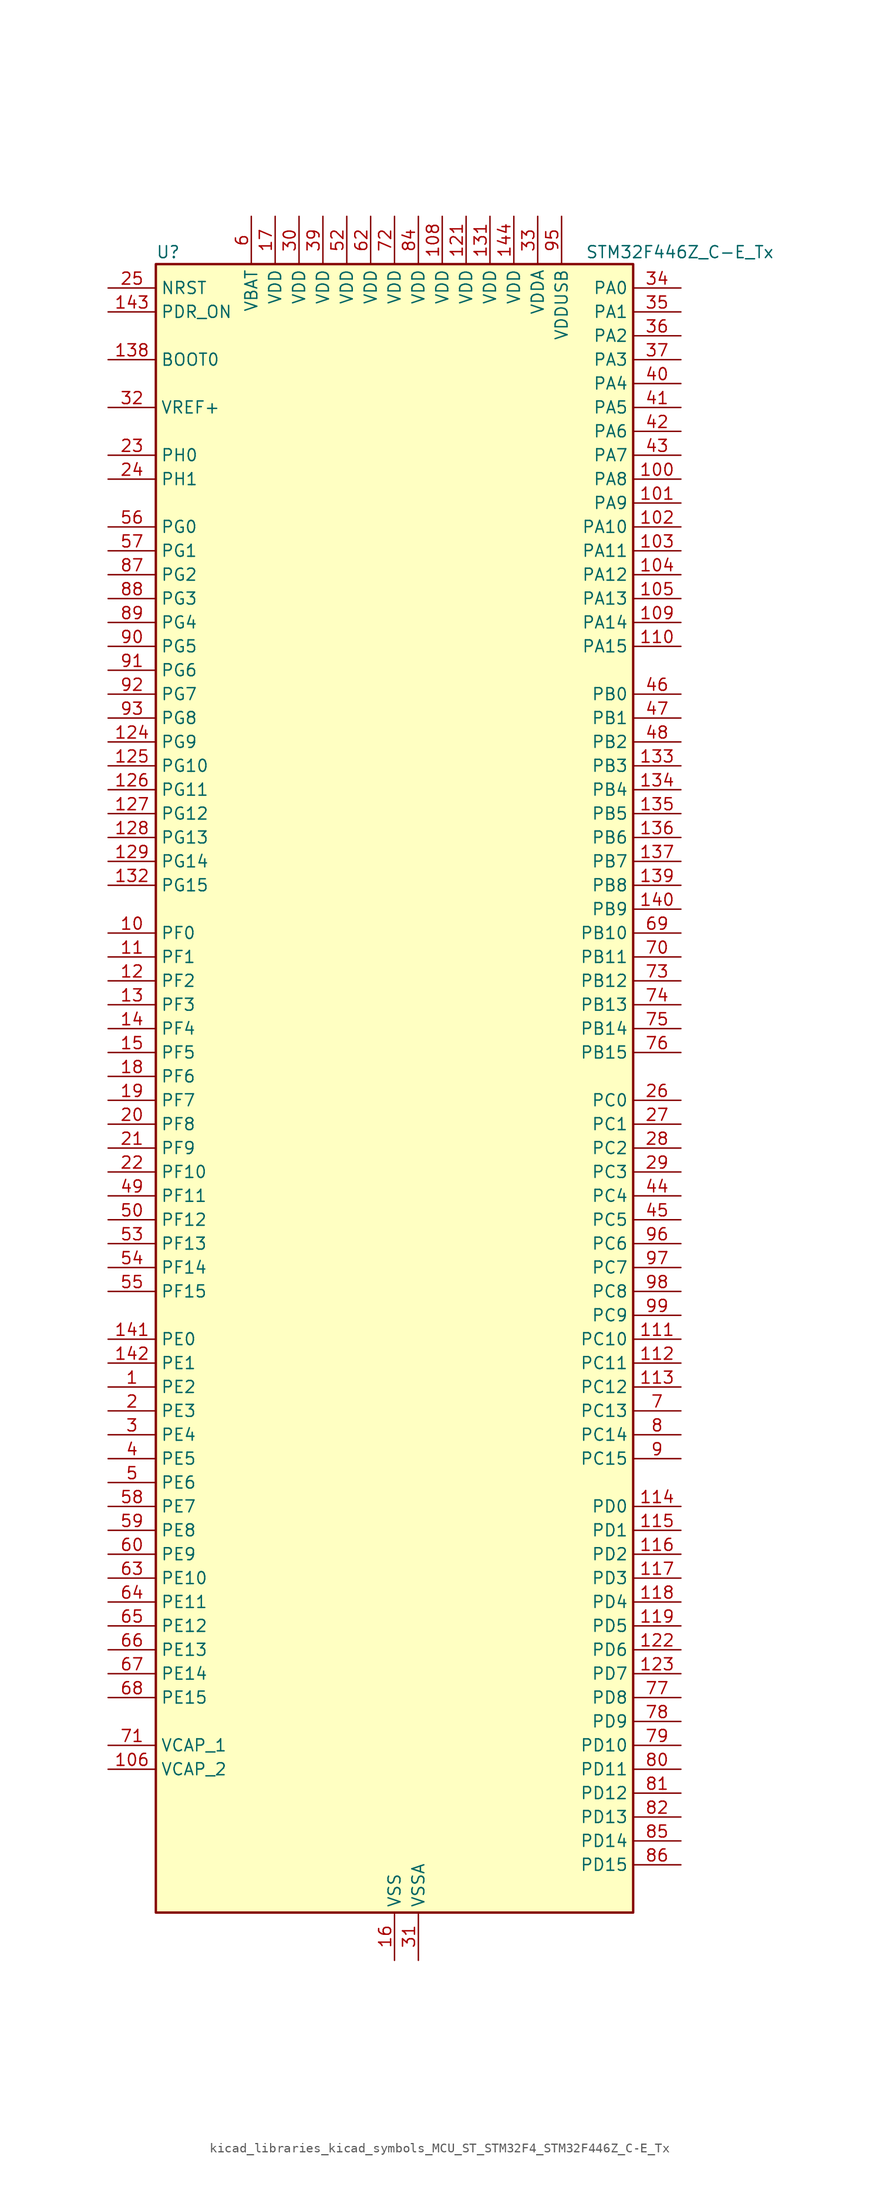
<source format=kicad_sym>
(kicad_symbol_lib
  (version 20220914)
  (generator kicad_symbol_editor)
  (symbol "kicad_libraries_kicad_symbols_MCU_ST_STM32F4_STM32F446Z_C-E_Tx"
    (property "Reference" "U"
      (at -25.4 90.17 0)
      (effects (font (size 1.27 1.27)) (justify left)))
    (property "Value" "STM32F446Z_C-E_Tx"
      (at 20.32 90.17 0)
      (effects (font (size 1.27 1.27)) (justify left)))
    (property "ki_locked" ""
      (at 0 0 0)
      (effects (font (size 1.27 1.27))))
    (symbol "kicad_libraries_kicad_symbols_MCU_ST_STM32F4_STM32F446Z_C-E_Tx_0_1"
      (rectangle (start -25.4 -86.36) (end 25.4 88.9) (stroke (width 0.254) (type default)) (fill (type background))))
    (symbol "kicad_libraries_kicad_symbols_MCU_ST_STM32F4_STM32F446Z_C-E_Tx_1_1"
      (pin bidirectional line (at -30.48 -30.48 0) (length 5.08) (name "PE2" (effects (font (size 1.27 1.27)))) (number "1" (effects (font (size 1.27 1.27)))) (alternate "FMC_A23" bidirectional line) (alternate "QUADSPI_BK1_IO2" bidirectional line) (alternate "SAI1_MCLK_A" bidirectional line) (alternate "SPI4_SCK" bidirectional line) (alternate "SYS_TRACECLK" bidirectional line))
      (pin bidirectional line (at -30.48 17.78 0) (length 5.08) (name "PF0" (effects (font (size 1.27 1.27)))) (number "10" (effects (font (size 1.27 1.27)))) (alternate "FMC_A0" bidirectional line) (alternate "I2C2_SDA" bidirectional line))
      (pin bidirectional line (at 30.48 66.04 180) (length 5.08) (name "PA8" (effects (font (size 1.27 1.27)))) (number "100" (effects (font (size 1.27 1.27)))) (alternate "I2C3_SCL" bidirectional line) (alternate "RCC_MCO_1" bidirectional line) (alternate "TIM1_CH1" bidirectional line) (alternate "USART1_CK" bidirectional line) (alternate "USB_OTG_FS_SOF" bidirectional line))
      (pin bidirectional line (at 30.48 63.5 180) (length 5.08) (name "PA9" (effects (font (size 1.27 1.27)))) (number "101" (effects (font (size 1.27 1.27)))) (alternate "DAC_EXTI9" bidirectional line) (alternate "DCMI_D0" bidirectional line) (alternate "I2C3_SMBA" bidirectional line) (alternate "I2S2_CK" bidirectional line) (alternate "SAI1_SD_B" bidirectional line) (alternate "SPI2_SCK" bidirectional line) (alternate "TIM1_CH2" bidirectional line) (alternate "USART1_TX" bidirectional line) (alternate "USB_OTG_FS_VBUS" bidirectional line))
      (pin bidirectional line (at 30.48 60.96 180) (length 5.08) (name "PA10" (effects (font (size 1.27 1.27)))) (number "102" (effects (font (size 1.27 1.27)))) (alternate "DCMI_D1" bidirectional line) (alternate "TIM1_CH3" bidirectional line) (alternate "USART1_RX" bidirectional line) (alternate "USB_OTG_FS_ID" bidirectional line))
      (pin bidirectional line (at 30.48 58.42 180) (length 5.08) (name "PA11" (effects (font (size 1.27 1.27)))) (number "103" (effects (font (size 1.27 1.27)))) (alternate "ADC1_EXTI11" bidirectional line) (alternate "ADC2_EXTI11" bidirectional line) (alternate "ADC3_EXTI11" bidirectional line) (alternate "CAN1_RX" bidirectional line) (alternate "TIM1_CH4" bidirectional line) (alternate "USART1_CTS" bidirectional line) (alternate "USB_OTG_FS_DM" bidirectional line))
      (pin bidirectional line (at 30.48 55.88 180) (length 5.08) (name "PA12" (effects (font (size 1.27 1.27)))) (number "104" (effects (font (size 1.27 1.27)))) (alternate "CAN1_TX" bidirectional line) (alternate "SAI2_FS_B" bidirectional line) (alternate "TIM1_ETR" bidirectional line) (alternate "USART1_RTS" bidirectional line) (alternate "USB_OTG_FS_DP" bidirectional line))
      (pin bidirectional line (at 30.48 53.34 180) (length 5.08) (name "PA13" (effects (font (size 1.27 1.27)))) (number "105" (effects (font (size 1.27 1.27)))) (alternate "SYS_JTMS-SWDIO" bidirectional line))
      (pin power_out line (at -30.48 -71.12 0) (length 5.08) (name "VCAP_2" (effects (font (size 1.27 1.27)))) (number "106" (effects (font (size 1.27 1.27)))))
      (pin passive line (at 0 -91.44 90) (length 5.08) hide (name "VSS" (effects (font (size 1.27 1.27)))) (number "107" (effects (font (size 1.27 1.27)))))
      (pin power_in line (at 5.08 93.98 270) (length 5.08) (name "VDD" (effects (font (size 1.27 1.27)))) (number "108" (effects (font (size 1.27 1.27)))))
      (pin bidirectional line (at 30.48 50.8 180) (length 5.08) (name "PA14" (effects (font (size 1.27 1.27)))) (number "109" (effects (font (size 1.27 1.27)))) (alternate "SYS_JTCK-SWCLK" bidirectional line))
      (pin bidirectional line (at -30.48 15.24 0) (length 5.08) (name "PF1" (effects (font (size 1.27 1.27)))) (number "11" (effects (font (size 1.27 1.27)))) (alternate "FMC_A1" bidirectional line) (alternate "I2C2_SCL" bidirectional line))
      (pin bidirectional line (at 30.48 48.26 180) (length 5.08) (name "PA15" (effects (font (size 1.27 1.27)))) (number "110" (effects (font (size 1.27 1.27)))) (alternate "ADC1_EXTI15" bidirectional line) (alternate "ADC2_EXTI15" bidirectional line) (alternate "ADC3_EXTI15" bidirectional line) (alternate "CEC" bidirectional line) (alternate "I2S1_WS" bidirectional line) (alternate "I2S3_WS" bidirectional line) (alternate "SPI1_NSS" bidirectional line) (alternate "SPI3_NSS" bidirectional line) (alternate "SYS_JTDI" bidirectional line) (alternate "TIM2_CH1" bidirectional line) (alternate "TIM2_ETR" bidirectional line) (alternate "UART4_RTS" bidirectional line))
      (pin bidirectional line (at 30.48 -25.4 180) (length 5.08) (name "PC10" (effects (font (size 1.27 1.27)))) (number "111" (effects (font (size 1.27 1.27)))) (alternate "DCMI_D8" bidirectional line) (alternate "I2S3_CK" bidirectional line) (alternate "QUADSPI_BK1_IO1" bidirectional line) (alternate "SDIO_D2" bidirectional line) (alternate "SPI3_SCK" bidirectional line) (alternate "UART4_TX" bidirectional line) (alternate "USART3_TX" bidirectional line))
      (pin bidirectional line (at 30.48 -27.94 180) (length 5.08) (name "PC11" (effects (font (size 1.27 1.27)))) (number "112" (effects (font (size 1.27 1.27)))) (alternate "ADC1_EXTI11" bidirectional line) (alternate "ADC2_EXTI11" bidirectional line) (alternate "ADC3_EXTI11" bidirectional line) (alternate "DCMI_D4" bidirectional line) (alternate "QUADSPI_BK2_NCS" bidirectional line) (alternate "SDIO_D3" bidirectional line) (alternate "SPI3_MISO" bidirectional line) (alternate "UART4_RX" bidirectional line) (alternate "USART3_RX" bidirectional line))
      (pin bidirectional line (at 30.48 -30.48 180) (length 5.08) (name "PC12" (effects (font (size 1.27 1.27)))) (number "113" (effects (font (size 1.27 1.27)))) (alternate "DCMI_D9" bidirectional line) (alternate "I2C2_SDA" bidirectional line) (alternate "I2S3_SD" bidirectional line) (alternate "SDIO_CK" bidirectional line) (alternate "SPI3_MOSI" bidirectional line) (alternate "UART5_TX" bidirectional line) (alternate "USART3_CK" bidirectional line))
      (pin bidirectional line (at 30.48 -43.18 180) (length 5.08) (name "PD0" (effects (font (size 1.27 1.27)))) (number "114" (effects (font (size 1.27 1.27)))) (alternate "CAN1_RX" bidirectional line) (alternate "FMC_D2" bidirectional line) (alternate "FMC_DA2" bidirectional line) (alternate "I2S3_SD" bidirectional line) (alternate "SPI3_MOSI" bidirectional line) (alternate "SPI4_MISO" bidirectional line))
      (pin bidirectional line (at 30.48 -45.72 180) (length 5.08) (name "PD1" (effects (font (size 1.27 1.27)))) (number "115" (effects (font (size 1.27 1.27)))) (alternate "CAN1_TX" bidirectional line) (alternate "FMC_D3" bidirectional line) (alternate "FMC_DA3" bidirectional line) (alternate "I2S2_WS" bidirectional line) (alternate "SPI2_NSS" bidirectional line))
      (pin bidirectional line (at 30.48 -48.26 180) (length 5.08) (name "PD2" (effects (font (size 1.27 1.27)))) (number "116" (effects (font (size 1.27 1.27)))) (alternate "DCMI_D11" bidirectional line) (alternate "SDIO_CMD" bidirectional line) (alternate "TIM3_ETR" bidirectional line) (alternate "UART5_RX" bidirectional line))
      (pin bidirectional line (at 30.48 -50.8 180) (length 5.08) (name "PD3" (effects (font (size 1.27 1.27)))) (number "117" (effects (font (size 1.27 1.27)))) (alternate "DCMI_D5" bidirectional line) (alternate "FMC_CLK" bidirectional line) (alternate "I2S2_CK" bidirectional line) (alternate "QUADSPI_CLK" bidirectional line) (alternate "SPI2_SCK" bidirectional line) (alternate "SYS_TRACED1" bidirectional line) (alternate "USART2_CTS" bidirectional line))
      (pin bidirectional line (at 30.48 -53.34 180) (length 5.08) (name "PD4" (effects (font (size 1.27 1.27)))) (number "118" (effects (font (size 1.27 1.27)))) (alternate "FMC_NOE" bidirectional line) (alternate "USART2_RTS" bidirectional line))
      (pin bidirectional line (at 30.48 -55.88 180) (length 5.08) (name "PD5" (effects (font (size 1.27 1.27)))) (number "119" (effects (font (size 1.27 1.27)))) (alternate "FMC_NWE" bidirectional line) (alternate "USART2_TX" bidirectional line))
      (pin bidirectional line (at -30.48 12.7 0) (length 5.08) (name "PF2" (effects (font (size 1.27 1.27)))) (number "12" (effects (font (size 1.27 1.27)))) (alternate "FMC_A2" bidirectional line) (alternate "I2C2_SMBA" bidirectional line))
      (pin passive line (at 0 -91.44 90) (length 5.08) hide (name "VSS" (effects (font (size 1.27 1.27)))) (number "120" (effects (font (size 1.27 1.27)))))
      (pin power_in line (at 7.62 93.98 270) (length 5.08) (name "VDD" (effects (font (size 1.27 1.27)))) (number "121" (effects (font (size 1.27 1.27)))))
      (pin bidirectional line (at 30.48 -58.42 180) (length 5.08) (name "PD6" (effects (font (size 1.27 1.27)))) (number "122" (effects (font (size 1.27 1.27)))) (alternate "DCMI_D10" bidirectional line) (alternate "FMC_NWAIT" bidirectional line) (alternate "I2S3_SD" bidirectional line) (alternate "SAI1_SD_A" bidirectional line) (alternate "SPI3_MOSI" bidirectional line) (alternate "USART2_RX" bidirectional line))
      (pin bidirectional line (at 30.48 -60.96 180) (length 5.08) (name "PD7" (effects (font (size 1.27 1.27)))) (number "123" (effects (font (size 1.27 1.27)))) (alternate "FMC_NE1" bidirectional line) (alternate "SPDIFRX_IN0" bidirectional line) (alternate "USART2_CK" bidirectional line))
      (pin bidirectional line (at -30.48 38.1 0) (length 5.08) (name "PG9" (effects (font (size 1.27 1.27)))) (number "124" (effects (font (size 1.27 1.27)))) (alternate "DAC_EXTI9" bidirectional line) (alternate "DCMI_VSYNC" bidirectional line) (alternate "FMC_NCE3" bidirectional line) (alternate "FMC_NE2" bidirectional line) (alternate "QUADSPI_BK2_IO2" bidirectional line) (alternate "SAI2_FS_B" bidirectional line) (alternate "SPDIFRX_IN3" bidirectional line) (alternate "USART6_RX" bidirectional line))
      (pin bidirectional line (at -30.48 35.56 0) (length 5.08) (name "PG10" (effects (font (size 1.27 1.27)))) (number "125" (effects (font (size 1.27 1.27)))) (alternate "DCMI_D2" bidirectional line) (alternate "FMC_NE3" bidirectional line) (alternate "SAI2_SD_B" bidirectional line))
      (pin bidirectional line (at -30.48 33.02 0) (length 5.08) (name "PG11" (effects (font (size 1.27 1.27)))) (number "126" (effects (font (size 1.27 1.27)))) (alternate "ADC1_EXTI11" bidirectional line) (alternate "ADC2_EXTI11" bidirectional line) (alternate "ADC3_EXTI11" bidirectional line) (alternate "DCMI_D3" bidirectional line) (alternate "SPDIFRX_IN0" bidirectional line) (alternate "SPI4_SCK" bidirectional line))
      (pin bidirectional line (at -30.48 30.48 0) (length 5.08) (name "PG12" (effects (font (size 1.27 1.27)))) (number "127" (effects (font (size 1.27 1.27)))) (alternate "FMC_NE4" bidirectional line) (alternate "SPDIFRX_IN1" bidirectional line) (alternate "SPI4_MISO" bidirectional line) (alternate "USART6_RTS" bidirectional line))
      (pin bidirectional line (at -30.48 27.94 0) (length 5.08) (name "PG13" (effects (font (size 1.27 1.27)))) (number "128" (effects (font (size 1.27 1.27)))) (alternate "FMC_A24" bidirectional line) (alternate "SPI4_MOSI" bidirectional line) (alternate "SYS_TRACED2" bidirectional line) (alternate "USART6_CTS" bidirectional line))
      (pin bidirectional line (at -30.48 25.4 0) (length 5.08) (name "PG14" (effects (font (size 1.27 1.27)))) (number "129" (effects (font (size 1.27 1.27)))) (alternate "FMC_A25" bidirectional line) (alternate "QUADSPI_BK2_IO3" bidirectional line) (alternate "SPI4_NSS" bidirectional line) (alternate "SYS_TRACED3" bidirectional line) (alternate "USART6_TX" bidirectional line))
      (pin bidirectional line (at -30.48 10.16 0) (length 5.08) (name "PF3" (effects (font (size 1.27 1.27)))) (number "13" (effects (font (size 1.27 1.27)))) (alternate "ADC3_IN9" bidirectional line) (alternate "FMC_A3" bidirectional line))
      (pin passive line (at 0 -91.44 90) (length 5.08) hide (name "VSS" (effects (font (size 1.27 1.27)))) (number "130" (effects (font (size 1.27 1.27)))))
      (pin power_in line (at 10.16 93.98 270) (length 5.08) (name "VDD" (effects (font (size 1.27 1.27)))) (number "131" (effects (font (size 1.27 1.27)))))
      (pin bidirectional line (at -30.48 22.86 0) (length 5.08) (name "PG15" (effects (font (size 1.27 1.27)))) (number "132" (effects (font (size 1.27 1.27)))) (alternate "ADC1_EXTI15" bidirectional line) (alternate "ADC2_EXTI15" bidirectional line) (alternate "ADC3_EXTI15" bidirectional line) (alternate "DCMI_D13" bidirectional line) (alternate "FMC_SDNCAS" bidirectional line) (alternate "USART6_CTS" bidirectional line))
      (pin bidirectional line (at 30.48 35.56 180) (length 5.08) (name "PB3" (effects (font (size 1.27 1.27)))) (number "133" (effects (font (size 1.27 1.27)))) (alternate "I2C2_SDA" bidirectional line) (alternate "I2S1_CK" bidirectional line) (alternate "I2S3_CK" bidirectional line) (alternate "SPI1_SCK" bidirectional line) (alternate "SPI3_SCK" bidirectional line) (alternate "SYS_JTDO-SWO" bidirectional line) (alternate "TIM2_CH2" bidirectional line))
      (pin bidirectional line (at 30.48 33.02 180) (length 5.08) (name "PB4" (effects (font (size 1.27 1.27)))) (number "134" (effects (font (size 1.27 1.27)))) (alternate "I2C3_SDA" bidirectional line) (alternate "I2S2_WS" bidirectional line) (alternate "SPI1_MISO" bidirectional line) (alternate "SPI2_NSS" bidirectional line) (alternate "SPI3_MISO" bidirectional line) (alternate "SYS_JTRST" bidirectional line) (alternate "TIM3_CH1" bidirectional line))
      (pin bidirectional line (at 30.48 30.48 180) (length 5.08) (name "PB5" (effects (font (size 1.27 1.27)))) (number "135" (effects (font (size 1.27 1.27)))) (alternate "CAN2_RX" bidirectional line) (alternate "DCMI_D10" bidirectional line) (alternate "FMC_SDCKE1" bidirectional line) (alternate "I2C1_SMBA" bidirectional line) (alternate "I2S1_SD" bidirectional line) (alternate "I2S3_SD" bidirectional line) (alternate "SPI1_MOSI" bidirectional line) (alternate "SPI3_MOSI" bidirectional line) (alternate "TIM3_CH2" bidirectional line) (alternate "USB_OTG_HS_ULPI_D7" bidirectional line))
      (pin bidirectional line (at 30.48 27.94 180) (length 5.08) (name "PB6" (effects (font (size 1.27 1.27)))) (number "136" (effects (font (size 1.27 1.27)))) (alternate "CAN2_TX" bidirectional line) (alternate "CEC" bidirectional line) (alternate "DCMI_D5" bidirectional line) (alternate "FMC_SDNE1" bidirectional line) (alternate "I2C1_SCL" bidirectional line) (alternate "QUADSPI_BK1_NCS" bidirectional line) (alternate "TIM4_CH1" bidirectional line) (alternate "USART1_TX" bidirectional line))
      (pin bidirectional line (at 30.48 25.4 180) (length 5.08) (name "PB7" (effects (font (size 1.27 1.27)))) (number "137" (effects (font (size 1.27 1.27)))) (alternate "DCMI_VSYNC" bidirectional line) (alternate "FMC_NL" bidirectional line) (alternate "I2C1_SDA" bidirectional line) (alternate "SPDIFRX_IN0" bidirectional line) (alternate "TIM4_CH2" bidirectional line) (alternate "USART1_RX" bidirectional line))
      (pin input line (at -30.48 78.74 0) (length 5.08) (name "BOOT0" (effects (font (size 1.27 1.27)))) (number "138" (effects (font (size 1.27 1.27)))))
      (pin bidirectional line (at 30.48 22.86 180) (length 5.08) (name "PB8" (effects (font (size 1.27 1.27)))) (number "139" (effects (font (size 1.27 1.27)))) (alternate "CAN1_RX" bidirectional line) (alternate "DCMI_D6" bidirectional line) (alternate "I2C1_SCL" bidirectional line) (alternate "SDIO_D4" bidirectional line) (alternate "TIM10_CH1" bidirectional line) (alternate "TIM2_CH1" bidirectional line) (alternate "TIM2_ETR" bidirectional line) (alternate "TIM4_CH3" bidirectional line))
      (pin bidirectional line (at -30.48 7.62 0) (length 5.08) (name "PF4" (effects (font (size 1.27 1.27)))) (number "14" (effects (font (size 1.27 1.27)))) (alternate "ADC3_IN14" bidirectional line) (alternate "FMC_A4" bidirectional line))
      (pin bidirectional line (at 30.48 20.32 180) (length 5.08) (name "PB9" (effects (font (size 1.27 1.27)))) (number "140" (effects (font (size 1.27 1.27)))) (alternate "CAN1_TX" bidirectional line) (alternate "DAC_EXTI9" bidirectional line) (alternate "DCMI_D7" bidirectional line) (alternate "I2C1_SDA" bidirectional line) (alternate "I2S2_WS" bidirectional line) (alternate "SAI1_FS_B" bidirectional line) (alternate "SDIO_D5" bidirectional line) (alternate "SPI2_NSS" bidirectional line) (alternate "TIM11_CH1" bidirectional line) (alternate "TIM2_CH2" bidirectional line) (alternate "TIM4_CH4" bidirectional line))
      (pin bidirectional line (at -30.48 -25.4 0) (length 5.08) (name "PE0" (effects (font (size 1.27 1.27)))) (number "141" (effects (font (size 1.27 1.27)))) (alternate "DCMI_D2" bidirectional line) (alternate "FMC_NBL0" bidirectional line) (alternate "SAI2_MCLK_A" bidirectional line) (alternate "TIM4_ETR" bidirectional line))
      (pin bidirectional line (at -30.48 -27.94 0) (length 5.08) (name "PE1" (effects (font (size 1.27 1.27)))) (number "142" (effects (font (size 1.27 1.27)))) (alternate "DCMI_D3" bidirectional line) (alternate "FMC_NBL1" bidirectional line))
      (pin input line (at -30.48 83.82 0) (length 5.08) (name "PDR_ON" (effects (font (size 1.27 1.27)))) (number "143" (effects (font (size 1.27 1.27)))))
      (pin power_in line (at 12.7 93.98 270) (length 5.08) (name "VDD" (effects (font (size 1.27 1.27)))) (number "144" (effects (font (size 1.27 1.27)))))
      (pin bidirectional line (at -30.48 5.08 0) (length 5.08) (name "PF5" (effects (font (size 1.27 1.27)))) (number "15" (effects (font (size 1.27 1.27)))) (alternate "ADC3_IN15" bidirectional line) (alternate "FMC_A5" bidirectional line))
      (pin power_in line (at 0 -91.44 90) (length 5.08) (name "VSS" (effects (font (size 1.27 1.27)))) (number "16" (effects (font (size 1.27 1.27)))))
      (pin power_in line (at -12.7 93.98 270) (length 5.08) (name "VDD" (effects (font (size 1.27 1.27)))) (number "17" (effects (font (size 1.27 1.27)))))
      (pin bidirectional line (at -30.48 2.54 0) (length 5.08) (name "PF6" (effects (font (size 1.27 1.27)))) (number "18" (effects (font (size 1.27 1.27)))) (alternate "ADC3_IN4" bidirectional line) (alternate "QUADSPI_BK1_IO3" bidirectional line) (alternate "SAI1_SD_B" bidirectional line) (alternate "TIM10_CH1" bidirectional line))
      (pin bidirectional line (at -30.48 0 0) (length 5.08) (name "PF7" (effects (font (size 1.27 1.27)))) (number "19" (effects (font (size 1.27 1.27)))) (alternate "ADC3_IN5" bidirectional line) (alternate "QUADSPI_BK1_IO2" bidirectional line) (alternate "SAI1_MCLK_B" bidirectional line) (alternate "TIM11_CH1" bidirectional line))
      (pin bidirectional line (at -30.48 -33.02 0) (length 5.08) (name "PE3" (effects (font (size 1.27 1.27)))) (number "2" (effects (font (size 1.27 1.27)))) (alternate "FMC_A19" bidirectional line) (alternate "SAI1_SD_B" bidirectional line) (alternate "SYS_TRACED0" bidirectional line))
      (pin bidirectional line (at -30.48 -2.54 0) (length 5.08) (name "PF8" (effects (font (size 1.27 1.27)))) (number "20" (effects (font (size 1.27 1.27)))) (alternate "ADC3_IN6" bidirectional line) (alternate "QUADSPI_BK1_IO0" bidirectional line) (alternate "SAI1_SCK_B" bidirectional line) (alternate "TIM13_CH1" bidirectional line))
      (pin bidirectional line (at -30.48 -5.08 0) (length 5.08) (name "PF9" (effects (font (size 1.27 1.27)))) (number "21" (effects (font (size 1.27 1.27)))) (alternate "ADC3_IN7" bidirectional line) (alternate "DAC_EXTI9" bidirectional line) (alternate "QUADSPI_BK1_IO1" bidirectional line) (alternate "SAI1_FS_B" bidirectional line) (alternate "TIM14_CH1" bidirectional line))
      (pin bidirectional line (at -30.48 -7.62 0) (length 5.08) (name "PF10" (effects (font (size 1.27 1.27)))) (number "22" (effects (font (size 1.27 1.27)))) (alternate "ADC3_IN8" bidirectional line) (alternate "DCMI_D11" bidirectional line))
      (pin bidirectional line (at -30.48 68.58 0) (length 5.08) (name "PH0" (effects (font (size 1.27 1.27)))) (number "23" (effects (font (size 1.27 1.27)))) (alternate "RCC_OSC_IN" bidirectional line))
      (pin bidirectional line (at -30.48 66.04 0) (length 5.08) (name "PH1" (effects (font (size 1.27 1.27)))) (number "24" (effects (font (size 1.27 1.27)))) (alternate "RCC_OSC_OUT" bidirectional line))
      (pin input line (at -30.48 86.36 0) (length 5.08) (name "NRST" (effects (font (size 1.27 1.27)))) (number "25" (effects (font (size 1.27 1.27)))))
      (pin bidirectional line (at 30.48 0 180) (length 5.08) (name "PC0" (effects (font (size 1.27 1.27)))) (number "26" (effects (font (size 1.27 1.27)))) (alternate "ADC1_IN10" bidirectional line) (alternate "ADC2_IN10" bidirectional line) (alternate "ADC3_IN10" bidirectional line) (alternate "FMC_SDNWE" bidirectional line) (alternate "SAI1_MCLK_B" bidirectional line) (alternate "USB_OTG_HS_ULPI_STP" bidirectional line))
      (pin bidirectional line (at 30.48 -2.54 180) (length 5.08) (name "PC1" (effects (font (size 1.27 1.27)))) (number "27" (effects (font (size 1.27 1.27)))) (alternate "ADC1_IN11" bidirectional line) (alternate "ADC2_IN11" bidirectional line) (alternate "ADC3_IN11" bidirectional line) (alternate "I2S2_SD" bidirectional line) (alternate "I2S3_SD" bidirectional line) (alternate "SAI1_SD_A" bidirectional line) (alternate "SPI2_MOSI" bidirectional line) (alternate "SPI3_MOSI" bidirectional line))
      (pin bidirectional line (at 30.48 -5.08 180) (length 5.08) (name "PC2" (effects (font (size 1.27 1.27)))) (number "28" (effects (font (size 1.27 1.27)))) (alternate "ADC1_IN12" bidirectional line) (alternate "ADC2_IN12" bidirectional line) (alternate "ADC3_IN12" bidirectional line) (alternate "FMC_SDNE0" bidirectional line) (alternate "SPI2_MISO" bidirectional line) (alternate "USB_OTG_HS_ULPI_DIR" bidirectional line))
      (pin bidirectional line (at 30.48 -7.62 180) (length 5.08) (name "PC3" (effects (font (size 1.27 1.27)))) (number "29" (effects (font (size 1.27 1.27)))) (alternate "ADC1_IN13" bidirectional line) (alternate "ADC2_IN13" bidirectional line) (alternate "ADC3_IN13" bidirectional line) (alternate "FMC_SDCKE0" bidirectional line) (alternate "I2S2_SD" bidirectional line) (alternate "SPI2_MOSI" bidirectional line) (alternate "USB_OTG_HS_ULPI_NXT" bidirectional line))
      (pin bidirectional line (at -30.48 -35.56 0) (length 5.08) (name "PE4" (effects (font (size 1.27 1.27)))) (number "3" (effects (font (size 1.27 1.27)))) (alternate "DCMI_D4" bidirectional line) (alternate "FMC_A20" bidirectional line) (alternate "SAI1_FS_A" bidirectional line) (alternate "SPI4_NSS" bidirectional line) (alternate "SYS_TRACED1" bidirectional line))
      (pin power_in line (at -10.16 93.98 270) (length 5.08) (name "VDD" (effects (font (size 1.27 1.27)))) (number "30" (effects (font (size 1.27 1.27)))))
      (pin power_in line (at 2.54 -91.44 90) (length 5.08) (name "VSSA" (effects (font (size 1.27 1.27)))) (number "31" (effects (font (size 1.27 1.27)))))
      (pin input line (at -30.48 73.66 0) (length 5.08) (name "VREF+" (effects (font (size 1.27 1.27)))) (number "32" (effects (font (size 1.27 1.27)))))
      (pin power_in line (at 15.24 93.98 270) (length 5.08) (name "VDDA" (effects (font (size 1.27 1.27)))) (number "33" (effects (font (size 1.27 1.27)))))
      (pin bidirectional line (at 30.48 86.36 180) (length 5.08) (name "PA0" (effects (font (size 1.27 1.27)))) (number "34" (effects (font (size 1.27 1.27)))) (alternate "ADC1_IN0" bidirectional line) (alternate "ADC2_IN0" bidirectional line) (alternate "ADC3_IN0" bidirectional line) (alternate "RTC_AF2" bidirectional line) (alternate "SYS_WKUP0" bidirectional line) (alternate "TIM2_CH1" bidirectional line) (alternate "TIM2_ETR" bidirectional line) (alternate "TIM5_CH1" bidirectional line) (alternate "TIM8_ETR" bidirectional line) (alternate "UART4_TX" bidirectional line) (alternate "USART2_CTS" bidirectional line))
      (pin bidirectional line (at 30.48 83.82 180) (length 5.08) (name "PA1" (effects (font (size 1.27 1.27)))) (number "35" (effects (font (size 1.27 1.27)))) (alternate "ADC1_IN1" bidirectional line) (alternate "ADC2_IN1" bidirectional line) (alternate "ADC3_IN1" bidirectional line) (alternate "QUADSPI_BK1_IO3" bidirectional line) (alternate "SAI2_MCLK_B" bidirectional line) (alternate "TIM2_CH2" bidirectional line) (alternate "TIM5_CH2" bidirectional line) (alternate "UART4_RX" bidirectional line) (alternate "USART2_RTS" bidirectional line))
      (pin bidirectional line (at 30.48 81.28 180) (length 5.08) (name "PA2" (effects (font (size 1.27 1.27)))) (number "36" (effects (font (size 1.27 1.27)))) (alternate "ADC1_IN2" bidirectional line) (alternate "ADC2_IN2" bidirectional line) (alternate "ADC3_IN2" bidirectional line) (alternate "SAI2_SCK_B" bidirectional line) (alternate "TIM2_CH3" bidirectional line) (alternate "TIM5_CH3" bidirectional line) (alternate "TIM9_CH1" bidirectional line) (alternate "USART2_TX" bidirectional line))
      (pin bidirectional line (at 30.48 78.74 180) (length 5.08) (name "PA3" (effects (font (size 1.27 1.27)))) (number "37" (effects (font (size 1.27 1.27)))) (alternate "ADC1_IN3" bidirectional line) (alternate "ADC2_IN3" bidirectional line) (alternate "ADC3_IN3" bidirectional line) (alternate "SAI1_FS_A" bidirectional line) (alternate "TIM2_CH4" bidirectional line) (alternate "TIM5_CH4" bidirectional line) (alternate "TIM9_CH2" bidirectional line) (alternate "USART2_RX" bidirectional line) (alternate "USB_OTG_HS_ULPI_D0" bidirectional line))
      (pin passive line (at 0 -91.44 90) (length 5.08) hide (name "VSS" (effects (font (size 1.27 1.27)))) (number "38" (effects (font (size 1.27 1.27)))))
      (pin power_in line (at -7.62 93.98 270) (length 5.08) (name "VDD" (effects (font (size 1.27 1.27)))) (number "39" (effects (font (size 1.27 1.27)))))
      (pin bidirectional line (at -30.48 -38.1 0) (length 5.08) (name "PE5" (effects (font (size 1.27 1.27)))) (number "4" (effects (font (size 1.27 1.27)))) (alternate "DCMI_D6" bidirectional line) (alternate "FMC_A21" bidirectional line) (alternate "SAI1_SCK_A" bidirectional line) (alternate "SPI4_MISO" bidirectional line) (alternate "SYS_TRACED2" bidirectional line) (alternate "TIM9_CH1" bidirectional line))
      (pin bidirectional line (at 30.48 76.2 180) (length 5.08) (name "PA4" (effects (font (size 1.27 1.27)))) (number "40" (effects (font (size 1.27 1.27)))) (alternate "ADC1_IN4" bidirectional line) (alternate "ADC2_IN4" bidirectional line) (alternate "DAC_OUT1" bidirectional line) (alternate "DCMI_HSYNC" bidirectional line) (alternate "I2S1_WS" bidirectional line) (alternate "I2S3_WS" bidirectional line) (alternate "SPI1_NSS" bidirectional line) (alternate "SPI3_NSS" bidirectional line) (alternate "USART2_CK" bidirectional line) (alternate "USB_OTG_HS_SOF" bidirectional line))
      (pin bidirectional line (at 30.48 73.66 180) (length 5.08) (name "PA5" (effects (font (size 1.27 1.27)))) (number "41" (effects (font (size 1.27 1.27)))) (alternate "ADC1_IN5" bidirectional line) (alternate "ADC2_IN5" bidirectional line) (alternate "DAC_OUT2" bidirectional line) (alternate "I2S1_CK" bidirectional line) (alternate "SPI1_SCK" bidirectional line) (alternate "TIM2_CH1" bidirectional line) (alternate "TIM2_ETR" bidirectional line) (alternate "TIM8_CH1N" bidirectional line) (alternate "USB_OTG_HS_ULPI_CK" bidirectional line))
      (pin bidirectional line (at 30.48 71.12 180) (length 5.08) (name "PA6" (effects (font (size 1.27 1.27)))) (number "42" (effects (font (size 1.27 1.27)))) (alternate "ADC1_IN6" bidirectional line) (alternate "ADC2_IN6" bidirectional line) (alternate "DCMI_PIXCLK" bidirectional line) (alternate "I2S2_MCK" bidirectional line) (alternate "SPI1_MISO" bidirectional line) (alternate "TIM13_CH1" bidirectional line) (alternate "TIM1_BKIN" bidirectional line) (alternate "TIM3_CH1" bidirectional line) (alternate "TIM8_BKIN" bidirectional line))
      (pin bidirectional line (at 30.48 68.58 180) (length 5.08) (name "PA7" (effects (font (size 1.27 1.27)))) (number "43" (effects (font (size 1.27 1.27)))) (alternate "ADC1_IN7" bidirectional line) (alternate "ADC2_IN7" bidirectional line) (alternate "FMC_SDNWE" bidirectional line) (alternate "I2S1_SD" bidirectional line) (alternate "SPI1_MOSI" bidirectional line) (alternate "TIM14_CH1" bidirectional line) (alternate "TIM1_CH1N" bidirectional line) (alternate "TIM3_CH2" bidirectional line) (alternate "TIM8_CH1N" bidirectional line))
      (pin bidirectional line (at 30.48 -10.16 180) (length 5.08) (name "PC4" (effects (font (size 1.27 1.27)))) (number "44" (effects (font (size 1.27 1.27)))) (alternate "ADC1_IN14" bidirectional line) (alternate "ADC2_IN14" bidirectional line) (alternate "FMC_SDNE0" bidirectional line) (alternate "I2S1_MCK" bidirectional line) (alternate "SPDIFRX_IN2" bidirectional line))
      (pin bidirectional line (at 30.48 -12.7 180) (length 5.08) (name "PC5" (effects (font (size 1.27 1.27)))) (number "45" (effects (font (size 1.27 1.27)))) (alternate "ADC1_IN15" bidirectional line) (alternate "ADC2_IN15" bidirectional line) (alternate "FMC_SDCKE0" bidirectional line) (alternate "SPDIFRX_IN3" bidirectional line) (alternate "USART3_RX" bidirectional line))
      (pin bidirectional line (at 30.48 43.18 180) (length 5.08) (name "PB0" (effects (font (size 1.27 1.27)))) (number "46" (effects (font (size 1.27 1.27)))) (alternate "ADC1_IN8" bidirectional line) (alternate "ADC2_IN8" bidirectional line) (alternate "I2S3_SD" bidirectional line) (alternate "SDIO_D1" bidirectional line) (alternate "SPI3_MOSI" bidirectional line) (alternate "TIM1_CH2N" bidirectional line) (alternate "TIM3_CH3" bidirectional line) (alternate "TIM8_CH2N" bidirectional line) (alternate "UART4_CTS" bidirectional line) (alternate "USB_OTG_HS_ULPI_D1" bidirectional line))
      (pin bidirectional line (at 30.48 40.64 180) (length 5.08) (name "PB1" (effects (font (size 1.27 1.27)))) (number "47" (effects (font (size 1.27 1.27)))) (alternate "ADC1_IN9" bidirectional line) (alternate "ADC2_IN9" bidirectional line) (alternate "SDIO_D2" bidirectional line) (alternate "TIM1_CH3N" bidirectional line) (alternate "TIM3_CH4" bidirectional line) (alternate "TIM8_CH3N" bidirectional line) (alternate "USB_OTG_HS_ULPI_D2" bidirectional line))
      (pin bidirectional line (at 30.48 38.1 180) (length 5.08) (name "PB2" (effects (font (size 1.27 1.27)))) (number "48" (effects (font (size 1.27 1.27)))) (alternate "I2S3_SD" bidirectional line) (alternate "QUADSPI_CLK" bidirectional line) (alternate "SAI1_SD_A" bidirectional line) (alternate "SDIO_CK" bidirectional line) (alternate "SPI3_MOSI" bidirectional line) (alternate "TIM2_CH4" bidirectional line) (alternate "USB_OTG_HS_ULPI_D4" bidirectional line))
      (pin bidirectional line (at -30.48 -10.16 0) (length 5.08) (name "PF11" (effects (font (size 1.27 1.27)))) (number "49" (effects (font (size 1.27 1.27)))) (alternate "ADC1_EXTI11" bidirectional line) (alternate "ADC2_EXTI11" bidirectional line) (alternate "ADC3_EXTI11" bidirectional line) (alternate "DCMI_D12" bidirectional line) (alternate "FMC_SDNRAS" bidirectional line) (alternate "SAI2_SD_B" bidirectional line))
      (pin bidirectional line (at -30.48 -40.64 0) (length 5.08) (name "PE6" (effects (font (size 1.27 1.27)))) (number "5" (effects (font (size 1.27 1.27)))) (alternate "DCMI_D7" bidirectional line) (alternate "FMC_A22" bidirectional line) (alternate "SAI1_SD_A" bidirectional line) (alternate "SPI4_MOSI" bidirectional line) (alternate "SYS_TRACED3" bidirectional line) (alternate "TIM9_CH2" bidirectional line))
      (pin bidirectional line (at -30.48 -12.7 0) (length 5.08) (name "PF12" (effects (font (size 1.27 1.27)))) (number "50" (effects (font (size 1.27 1.27)))) (alternate "FMC_A6" bidirectional line))
      (pin passive line (at 0 -91.44 90) (length 5.08) hide (name "VSS" (effects (font (size 1.27 1.27)))) (number "51" (effects (font (size 1.27 1.27)))))
      (pin power_in line (at -5.08 93.98 270) (length 5.08) (name "VDD" (effects (font (size 1.27 1.27)))) (number "52" (effects (font (size 1.27 1.27)))))
      (pin bidirectional line (at -30.48 -15.24 0) (length 5.08) (name "PF13" (effects (font (size 1.27 1.27)))) (number "53" (effects (font (size 1.27 1.27)))) (alternate "FMC_A7" bidirectional line) (alternate "FMPI2C1_SMBA" bidirectional line))
      (pin bidirectional line (at -30.48 -17.78 0) (length 5.08) (name "PF14" (effects (font (size 1.27 1.27)))) (number "54" (effects (font (size 1.27 1.27)))) (alternate "FMC_A8" bidirectional line) (alternate "FMPI2C1_SCL" bidirectional line))
      (pin bidirectional line (at -30.48 -20.32 0) (length 5.08) (name "PF15" (effects (font (size 1.27 1.27)))) (number "55" (effects (font (size 1.27 1.27)))) (alternate "ADC1_EXTI15" bidirectional line) (alternate "ADC2_EXTI15" bidirectional line) (alternate "ADC3_EXTI15" bidirectional line) (alternate "FMC_A9" bidirectional line) (alternate "FMPI2C1_SDA" bidirectional line))
      (pin bidirectional line (at -30.48 60.96 0) (length 5.08) (name "PG0" (effects (font (size 1.27 1.27)))) (number "56" (effects (font (size 1.27 1.27)))) (alternate "FMC_A10" bidirectional line))
      (pin bidirectional line (at -30.48 58.42 0) (length 5.08) (name "PG1" (effects (font (size 1.27 1.27)))) (number "57" (effects (font (size 1.27 1.27)))) (alternate "FMC_A11" bidirectional line))
      (pin bidirectional line (at -30.48 -43.18 0) (length 5.08) (name "PE7" (effects (font (size 1.27 1.27)))) (number "58" (effects (font (size 1.27 1.27)))) (alternate "FMC_D4" bidirectional line) (alternate "FMC_DA4" bidirectional line) (alternate "QUADSPI_BK2_IO0" bidirectional line) (alternate "TIM1_ETR" bidirectional line) (alternate "UART5_RX" bidirectional line))
      (pin bidirectional line (at -30.48 -45.72 0) (length 5.08) (name "PE8" (effects (font (size 1.27 1.27)))) (number "59" (effects (font (size 1.27 1.27)))) (alternate "FMC_D5" bidirectional line) (alternate "FMC_DA5" bidirectional line) (alternate "QUADSPI_BK2_IO1" bidirectional line) (alternate "TIM1_CH1N" bidirectional line) (alternate "UART5_TX" bidirectional line))
      (pin power_in line (at -15.24 93.98 270) (length 5.08) (name "VBAT" (effects (font (size 1.27 1.27)))) (number "6" (effects (font (size 1.27 1.27)))))
      (pin bidirectional line (at -30.48 -48.26 0) (length 5.08) (name "PE9" (effects (font (size 1.27 1.27)))) (number "60" (effects (font (size 1.27 1.27)))) (alternate "DAC_EXTI9" bidirectional line) (alternate "FMC_D6" bidirectional line) (alternate "FMC_DA6" bidirectional line) (alternate "QUADSPI_BK2_IO2" bidirectional line) (alternate "TIM1_CH1" bidirectional line))
      (pin passive line (at 0 -91.44 90) (length 5.08) hide (name "VSS" (effects (font (size 1.27 1.27)))) (number "61" (effects (font (size 1.27 1.27)))))
      (pin power_in line (at -2.54 93.98 270) (length 5.08) (name "VDD" (effects (font (size 1.27 1.27)))) (number "62" (effects (font (size 1.27 1.27)))))
      (pin bidirectional line (at -30.48 -50.8 0) (length 5.08) (name "PE10" (effects (font (size 1.27 1.27)))) (number "63" (effects (font (size 1.27 1.27)))) (alternate "FMC_D7" bidirectional line) (alternate "FMC_DA7" bidirectional line) (alternate "QUADSPI_BK2_IO3" bidirectional line) (alternate "TIM1_CH2N" bidirectional line))
      (pin bidirectional line (at -30.48 -53.34 0) (length 5.08) (name "PE11" (effects (font (size 1.27 1.27)))) (number "64" (effects (font (size 1.27 1.27)))) (alternate "ADC1_EXTI11" bidirectional line) (alternate "ADC2_EXTI11" bidirectional line) (alternate "ADC3_EXTI11" bidirectional line) (alternate "FMC_D8" bidirectional line) (alternate "FMC_DA8" bidirectional line) (alternate "SAI2_SD_B" bidirectional line) (alternate "SPI4_NSS" bidirectional line) (alternate "TIM1_CH2" bidirectional line))
      (pin bidirectional line (at -30.48 -55.88 0) (length 5.08) (name "PE12" (effects (font (size 1.27 1.27)))) (number "65" (effects (font (size 1.27 1.27)))) (alternate "FMC_D9" bidirectional line) (alternate "FMC_DA9" bidirectional line) (alternate "SAI2_SCK_B" bidirectional line) (alternate "SPI4_SCK" bidirectional line) (alternate "TIM1_CH3N" bidirectional line))
      (pin bidirectional line (at -30.48 -58.42 0) (length 5.08) (name "PE13" (effects (font (size 1.27 1.27)))) (number "66" (effects (font (size 1.27 1.27)))) (alternate "FMC_D10" bidirectional line) (alternate "FMC_DA10" bidirectional line) (alternate "SAI2_FS_B" bidirectional line) (alternate "SPI4_MISO" bidirectional line) (alternate "TIM1_CH3" bidirectional line))
      (pin bidirectional line (at -30.48 -60.96 0) (length 5.08) (name "PE14" (effects (font (size 1.27 1.27)))) (number "67" (effects (font (size 1.27 1.27)))) (alternate "FMC_D11" bidirectional line) (alternate "FMC_DA11" bidirectional line) (alternate "SAI2_MCLK_B" bidirectional line) (alternate "SPI4_MOSI" bidirectional line) (alternate "TIM1_CH4" bidirectional line))
      (pin bidirectional line (at -30.48 -63.5 0) (length 5.08) (name "PE15" (effects (font (size 1.27 1.27)))) (number "68" (effects (font (size 1.27 1.27)))) (alternate "ADC1_EXTI15" bidirectional line) (alternate "ADC2_EXTI15" bidirectional line) (alternate "ADC3_EXTI15" bidirectional line) (alternate "FMC_D12" bidirectional line) (alternate "FMC_DA12" bidirectional line) (alternate "TIM1_BKIN" bidirectional line))
      (pin bidirectional line (at 30.48 17.78 180) (length 5.08) (name "PB10" (effects (font (size 1.27 1.27)))) (number "69" (effects (font (size 1.27 1.27)))) (alternate "I2C2_SCL" bidirectional line) (alternate "I2S2_CK" bidirectional line) (alternate "SAI1_SCK_A" bidirectional line) (alternate "SPI2_SCK" bidirectional line) (alternate "TIM2_CH3" bidirectional line) (alternate "USART3_TX" bidirectional line) (alternate "USB_OTG_HS_ULPI_D3" bidirectional line))
      (pin bidirectional line (at 30.48 -33.02 180) (length 5.08) (name "PC13" (effects (font (size 1.27 1.27)))) (number "7" (effects (font (size 1.27 1.27)))) (alternate "RTC_AF1" bidirectional line) (alternate "SYS_WKUP1" bidirectional line))
      (pin bidirectional line (at 30.48 15.24 180) (length 5.08) (name "PB11" (effects (font (size 1.27 1.27)))) (number "70" (effects (font (size 1.27 1.27)))) (alternate "ADC1_EXTI11" bidirectional line) (alternate "ADC2_EXTI11" bidirectional line) (alternate "ADC3_EXTI11" bidirectional line) (alternate "I2C2_SDA" bidirectional line) (alternate "SAI2_SD_A" bidirectional line) (alternate "TIM2_CH4" bidirectional line) (alternate "USART3_RX" bidirectional line))
      (pin power_out line (at -30.48 -68.58 0) (length 5.08) (name "VCAP_1" (effects (font (size 1.27 1.27)))) (number "71" (effects (font (size 1.27 1.27)))))
      (pin power_in line (at 0 93.98 270) (length 5.08) (name "VDD" (effects (font (size 1.27 1.27)))) (number "72" (effects (font (size 1.27 1.27)))))
      (pin bidirectional line (at 30.48 12.7 180) (length 5.08) (name "PB12" (effects (font (size 1.27 1.27)))) (number "73" (effects (font (size 1.27 1.27)))) (alternate "CAN2_RX" bidirectional line) (alternate "I2C2_SMBA" bidirectional line) (alternate "I2S2_WS" bidirectional line) (alternate "SAI1_SCK_B" bidirectional line) (alternate "SPI2_NSS" bidirectional line) (alternate "TIM1_BKIN" bidirectional line) (alternate "USART3_CK" bidirectional line) (alternate "USB_OTG_HS_ID" bidirectional line) (alternate "USB_OTG_HS_ULPI_D5" bidirectional line))
      (pin bidirectional line (at 30.48 10.16 180) (length 5.08) (name "PB13" (effects (font (size 1.27 1.27)))) (number "74" (effects (font (size 1.27 1.27)))) (alternate "CAN2_TX" bidirectional line) (alternate "I2S2_CK" bidirectional line) (alternate "SPI2_SCK" bidirectional line) (alternate "TIM1_CH1N" bidirectional line) (alternate "USART3_CTS" bidirectional line) (alternate "USB_OTG_HS_ULPI_D6" bidirectional line) (alternate "USB_OTG_HS_VBUS" bidirectional line))
      (pin bidirectional line (at 30.48 7.62 180) (length 5.08) (name "PB14" (effects (font (size 1.27 1.27)))) (number "75" (effects (font (size 1.27 1.27)))) (alternate "SPI2_MISO" bidirectional line) (alternate "TIM12_CH1" bidirectional line) (alternate "TIM1_CH2N" bidirectional line) (alternate "TIM8_CH2N" bidirectional line) (alternate "USART3_RTS" bidirectional line) (alternate "USB_OTG_HS_DM" bidirectional line))
      (pin bidirectional line (at 30.48 5.08 180) (length 5.08) (name "PB15" (effects (font (size 1.27 1.27)))) (number "76" (effects (font (size 1.27 1.27)))) (alternate "ADC1_EXTI15" bidirectional line) (alternate "ADC2_EXTI15" bidirectional line) (alternate "ADC3_EXTI15" bidirectional line) (alternate "I2S2_SD" bidirectional line) (alternate "RTC_REFIN" bidirectional line) (alternate "SPI2_MOSI" bidirectional line) (alternate "TIM12_CH2" bidirectional line) (alternate "TIM1_CH3N" bidirectional line) (alternate "TIM8_CH3N" bidirectional line) (alternate "USB_OTG_HS_DP" bidirectional line))
      (pin bidirectional line (at 30.48 -63.5 180) (length 5.08) (name "PD8" (effects (font (size 1.27 1.27)))) (number "77" (effects (font (size 1.27 1.27)))) (alternate "FMC_D13" bidirectional line) (alternate "FMC_DA13" bidirectional line) (alternate "SPDIFRX_IN1" bidirectional line) (alternate "USART3_TX" bidirectional line))
      (pin bidirectional line (at 30.48 -66.04 180) (length 5.08) (name "PD9" (effects (font (size 1.27 1.27)))) (number "78" (effects (font (size 1.27 1.27)))) (alternate "DAC_EXTI9" bidirectional line) (alternate "FMC_D14" bidirectional line) (alternate "FMC_DA14" bidirectional line) (alternate "USART3_RX" bidirectional line))
      (pin bidirectional line (at 30.48 -68.58 180) (length 5.08) (name "PD10" (effects (font (size 1.27 1.27)))) (number "79" (effects (font (size 1.27 1.27)))) (alternate "FMC_D15" bidirectional line) (alternate "FMC_DA15" bidirectional line) (alternate "USART3_CK" bidirectional line))
      (pin bidirectional line (at 30.48 -35.56 180) (length 5.08) (name "PC14" (effects (font (size 1.27 1.27)))) (number "8" (effects (font (size 1.27 1.27)))) (alternate "RCC_OSC32_IN" bidirectional line))
      (pin bidirectional line (at 30.48 -71.12 180) (length 5.08) (name "PD11" (effects (font (size 1.27 1.27)))) (number "80" (effects (font (size 1.27 1.27)))) (alternate "ADC1_EXTI11" bidirectional line) (alternate "ADC2_EXTI11" bidirectional line) (alternate "ADC3_EXTI11" bidirectional line) (alternate "FMC_A16" bidirectional line) (alternate "FMC_CLE" bidirectional line) (alternate "FMPI2C1_SMBA" bidirectional line) (alternate "QUADSPI_BK1_IO0" bidirectional line) (alternate "SAI2_SD_A" bidirectional line) (alternate "USART3_CTS" bidirectional line))
      (pin bidirectional line (at 30.48 -73.66 180) (length 5.08) (name "PD12" (effects (font (size 1.27 1.27)))) (number "81" (effects (font (size 1.27 1.27)))) (alternate "FMC_A17" bidirectional line) (alternate "FMC_ALE" bidirectional line) (alternate "FMPI2C1_SCL" bidirectional line) (alternate "QUADSPI_BK1_IO1" bidirectional line) (alternate "SAI2_FS_A" bidirectional line) (alternate "TIM4_CH1" bidirectional line) (alternate "USART3_RTS" bidirectional line))
      (pin bidirectional line (at 30.48 -76.2 180) (length 5.08) (name "PD13" (effects (font (size 1.27 1.27)))) (number "82" (effects (font (size 1.27 1.27)))) (alternate "FMC_A18" bidirectional line) (alternate "FMPI2C1_SDA" bidirectional line) (alternate "QUADSPI_BK1_IO3" bidirectional line) (alternate "SAI2_SCK_A" bidirectional line) (alternate "TIM4_CH2" bidirectional line))
      (pin passive line (at 0 -91.44 90) (length 5.08) hide (name "VSS" (effects (font (size 1.27 1.27)))) (number "83" (effects (font (size 1.27 1.27)))))
      (pin power_in line (at 2.54 93.98 270) (length 5.08) (name "VDD" (effects (font (size 1.27 1.27)))) (number "84" (effects (font (size 1.27 1.27)))))
      (pin bidirectional line (at 30.48 -78.74 180) (length 5.08) (name "PD14" (effects (font (size 1.27 1.27)))) (number "85" (effects (font (size 1.27 1.27)))) (alternate "FMC_D0" bidirectional line) (alternate "FMC_DA0" bidirectional line) (alternate "FMPI2C1_SCL" bidirectional line) (alternate "SAI2_SCK_A" bidirectional line) (alternate "TIM4_CH3" bidirectional line))
      (pin bidirectional line (at 30.48 -81.28 180) (length 5.08) (name "PD15" (effects (font (size 1.27 1.27)))) (number "86" (effects (font (size 1.27 1.27)))) (alternate "ADC1_EXTI15" bidirectional line) (alternate "ADC2_EXTI15" bidirectional line) (alternate "ADC3_EXTI15" bidirectional line) (alternate "FMC_D1" bidirectional line) (alternate "FMC_DA1" bidirectional line) (alternate "FMPI2C1_SDA" bidirectional line) (alternate "TIM4_CH4" bidirectional line))
      (pin bidirectional line (at -30.48 55.88 0) (length 5.08) (name "PG2" (effects (font (size 1.27 1.27)))) (number "87" (effects (font (size 1.27 1.27)))) (alternate "FMC_A12" bidirectional line))
      (pin bidirectional line (at -30.48 53.34 0) (length 5.08) (name "PG3" (effects (font (size 1.27 1.27)))) (number "88" (effects (font (size 1.27 1.27)))) (alternate "FMC_A13" bidirectional line))
      (pin bidirectional line (at -30.48 50.8 0) (length 5.08) (name "PG4" (effects (font (size 1.27 1.27)))) (number "89" (effects (font (size 1.27 1.27)))) (alternate "FMC_A14" bidirectional line) (alternate "FMC_BA0" bidirectional line))
      (pin bidirectional line (at 30.48 -38.1 180) (length 5.08) (name "PC15" (effects (font (size 1.27 1.27)))) (number "9" (effects (font (size 1.27 1.27)))) (alternate "ADC1_EXTI15" bidirectional line) (alternate "ADC2_EXTI15" bidirectional line) (alternate "ADC3_EXTI15" bidirectional line) (alternate "RCC_OSC32_OUT" bidirectional line))
      (pin bidirectional line (at -30.48 48.26 0) (length 5.08) (name "PG5" (effects (font (size 1.27 1.27)))) (number "90" (effects (font (size 1.27 1.27)))) (alternate "FMC_A15" bidirectional line) (alternate "FMC_BA1" bidirectional line))
      (pin bidirectional line (at -30.48 45.72 0) (length 5.08) (name "PG6" (effects (font (size 1.27 1.27)))) (number "91" (effects (font (size 1.27 1.27)))) (alternate "DCMI_D12" bidirectional line) (alternate "QUADSPI_BK1_NCS" bidirectional line))
      (pin bidirectional line (at -30.48 43.18 0) (length 5.08) (name "PG7" (effects (font (size 1.27 1.27)))) (number "92" (effects (font (size 1.27 1.27)))) (alternate "DCMI_D13" bidirectional line) (alternate "FMC_INT3" bidirectional line) (alternate "USART6_CK" bidirectional line))
      (pin bidirectional line (at -30.48 40.64 0) (length 5.08) (name "PG8" (effects (font (size 1.27 1.27)))) (number "93" (effects (font (size 1.27 1.27)))) (alternate "FMC_SDCLK" bidirectional line) (alternate "SPDIFRX_IN2" bidirectional line) (alternate "USART6_RTS" bidirectional line))
      (pin passive line (at 0 -91.44 90) (length 5.08) hide (name "VSS" (effects (font (size 1.27 1.27)))) (number "94" (effects (font (size 1.27 1.27)))))
      (pin power_in line (at 17.78 93.98 270) (length 5.08) (name "VDDUSB" (effects (font (size 1.27 1.27)))) (number "95" (effects (font (size 1.27 1.27)))))
      (pin bidirectional line (at 30.48 -15.24 180) (length 5.08) (name "PC6" (effects (font (size 1.27 1.27)))) (number "96" (effects (font (size 1.27 1.27)))) (alternate "DCMI_D0" bidirectional line) (alternate "FMPI2C1_SCL" bidirectional line) (alternate "I2S2_MCK" bidirectional line) (alternate "SDIO_D6" bidirectional line) (alternate "TIM3_CH1" bidirectional line) (alternate "TIM8_CH1" bidirectional line) (alternate "USART6_TX" bidirectional line))
      (pin bidirectional line (at 30.48 -17.78 180) (length 5.08) (name "PC7" (effects (font (size 1.27 1.27)))) (number "97" (effects (font (size 1.27 1.27)))) (alternate "DCMI_D1" bidirectional line) (alternate "FMPI2C1_SDA" bidirectional line) (alternate "I2S2_CK" bidirectional line) (alternate "I2S3_MCK" bidirectional line) (alternate "SDIO_D7" bidirectional line) (alternate "SPDIFRX_IN1" bidirectional line) (alternate "SPI2_SCK" bidirectional line) (alternate "TIM3_CH2" bidirectional line) (alternate "TIM8_CH2" bidirectional line) (alternate "USART6_RX" bidirectional line))
      (pin bidirectional line (at 30.48 -20.32 180) (length 5.08) (name "PC8" (effects (font (size 1.27 1.27)))) (number "98" (effects (font (size 1.27 1.27)))) (alternate "DCMI_D2" bidirectional line) (alternate "SDIO_D0" bidirectional line) (alternate "SYS_TRACED0" bidirectional line) (alternate "TIM3_CH3" bidirectional line) (alternate "TIM8_CH3" bidirectional line) (alternate "UART5_RTS" bidirectional line) (alternate "USART6_CK" bidirectional line))
      (pin bidirectional line (at 30.48 -22.86 180) (length 5.08) (name "PC9" (effects (font (size 1.27 1.27)))) (number "99" (effects (font (size 1.27 1.27)))) (alternate "DAC_EXTI9" bidirectional line) (alternate "DCMI_D3" bidirectional line) (alternate "I2C3_SDA" bidirectional line) (alternate "I2S_CKIN" bidirectional line) (alternate "QUADSPI_BK1_IO0" bidirectional line) (alternate "RCC_MCO_2" bidirectional line) (alternate "SDIO_D1" bidirectional line) (alternate "TIM3_CH4" bidirectional line) (alternate "TIM8_CH4" bidirectional line) (alternate "UART5_CTS" bidirectional line)))))
</source>
